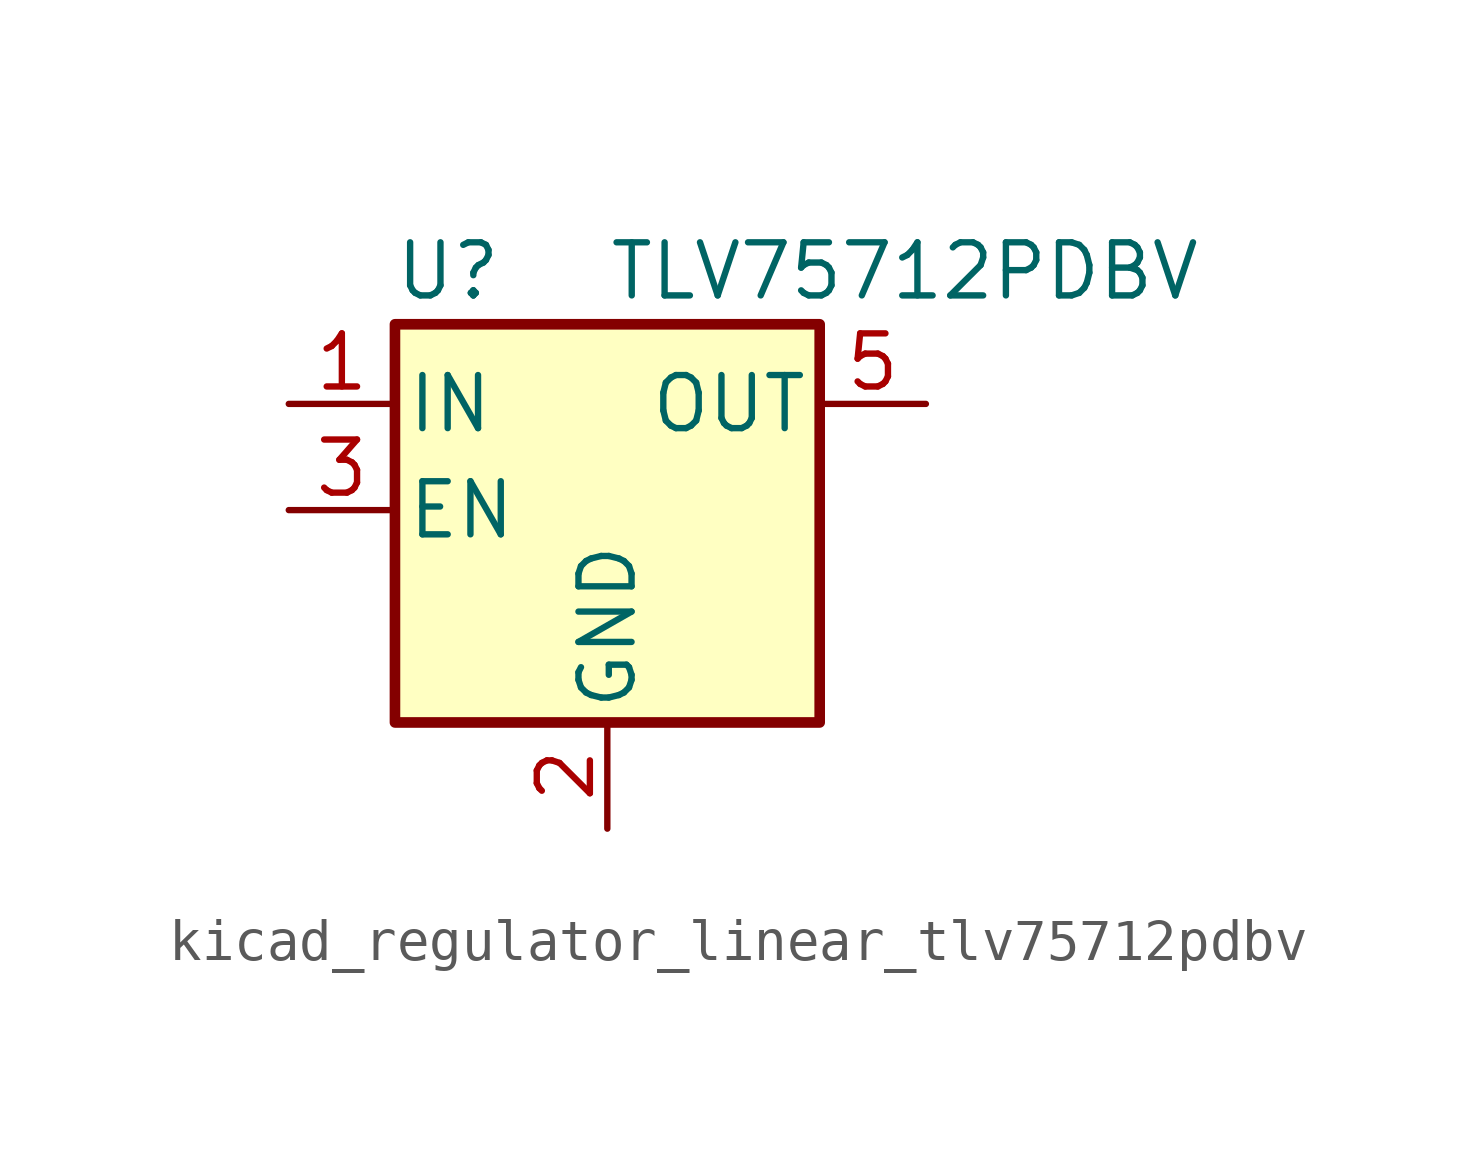
<source format=kicad_sym>
(kicad_symbol_lib
  (version 20220914)
  (generator kicad_symbol_editor)
  (symbol "kicad_regulator_linear_tlv75712pdbv"
    (pin_names
      (offset 0.254))
    (property "Reference" "U"
      (at -3.81 5.715 0)
      (effects (font (size 1.27 1.27))))
    (property "Value" "TLV75712PDBV"
      (at 0 5.715 0)
      (effects (font (size 1.27 1.27)) (justify left)))
    (symbol "kicad_regulator_linear_tlv75712pdbv_0_1"
      (rectangle (start -5.08 4.445) (end 5.08 -5.08) (stroke (width 0.254) (type default)) (fill (type background))))
    (symbol "kicad_regulator_linear_tlv75712pdbv_1_1"
      (pin power_in line (at -7.62 2.54 0) (length 2.54) (name "IN" (effects (font (size 1.27 1.27)))) (number "1" (effects (font (size 1.27 1.27)))))
      (pin power_in line (at 0 -7.62 90) (length 2.54) (name "GND" (effects (font (size 1.27 1.27)))) (number "2" (effects (font (size 1.27 1.27)))))
      (pin input line (at -7.62 0 0) (length 2.54) (name "EN" (effects (font (size 1.27 1.27)))) (number "3" (effects (font (size 1.27 1.27)))))
      (pin no_connect line (at 5.08 0 180) (length 2.54) hide (name "NC" (effects (font (size 1.27 1.27)))) (number "4" (effects (font (size 1.27 1.27)))))
      (pin power_out line (at 7.62 2.54 180) (length 2.54) (name "OUT" (effects (font (size 1.27 1.27)))) (number "5" (effects (font (size 1.27 1.27))))))))
</source>
